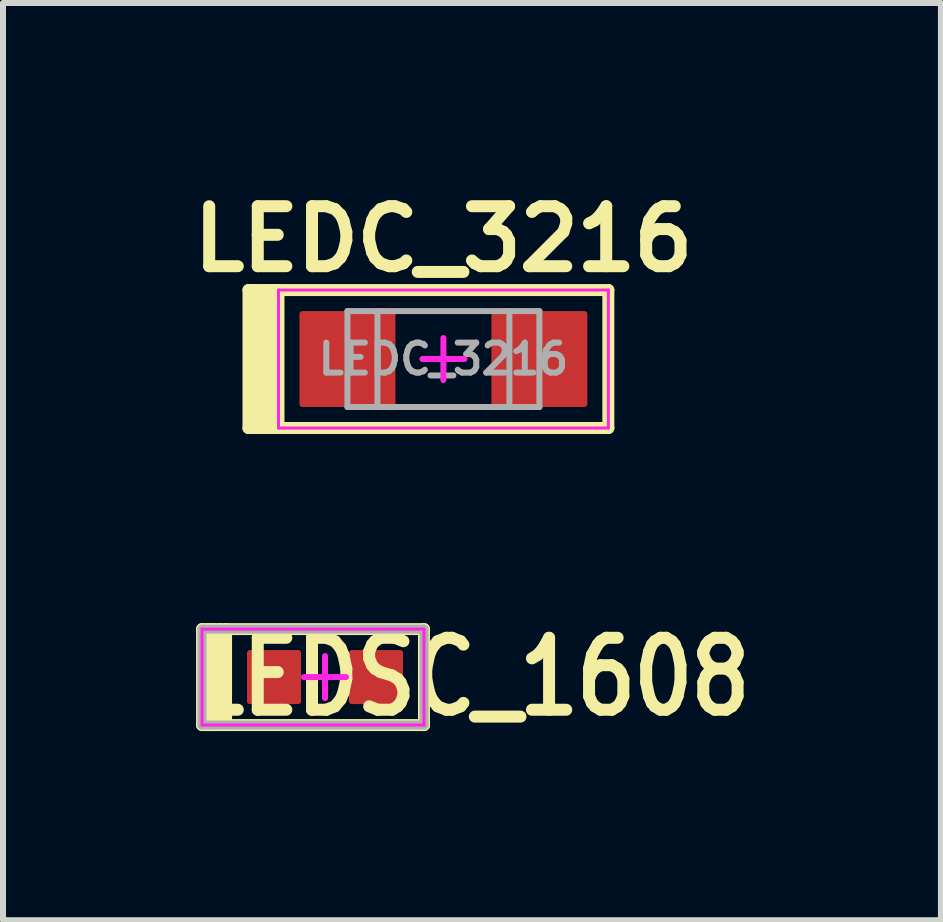
<source format=kicad_pcb>
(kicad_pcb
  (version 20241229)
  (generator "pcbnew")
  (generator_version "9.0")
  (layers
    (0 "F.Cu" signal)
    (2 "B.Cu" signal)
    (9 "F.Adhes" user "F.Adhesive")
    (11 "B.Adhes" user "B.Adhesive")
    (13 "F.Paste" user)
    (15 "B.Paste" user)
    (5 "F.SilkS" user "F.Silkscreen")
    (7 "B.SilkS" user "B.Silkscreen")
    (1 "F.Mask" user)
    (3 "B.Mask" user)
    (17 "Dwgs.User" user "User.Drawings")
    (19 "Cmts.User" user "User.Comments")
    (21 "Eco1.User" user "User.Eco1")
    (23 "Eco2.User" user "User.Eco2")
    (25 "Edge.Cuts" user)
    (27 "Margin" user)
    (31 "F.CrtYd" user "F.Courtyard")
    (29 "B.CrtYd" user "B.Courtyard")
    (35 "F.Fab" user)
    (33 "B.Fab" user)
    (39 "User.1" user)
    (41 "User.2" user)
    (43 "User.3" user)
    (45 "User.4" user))
  (footprint "LEDC_3216"
    (layer "F.Cu")
    (at 4.343 2.936)
    (property "Reference" "LEDC_3216" (at 0 -2 0) (layer "F.SilkS") (effects (font (size 1 1) (thickness 0.2))))
    (attr through_hole)
    (fp_line (start -3.25 -1.15) (end -3.25 1.15) (stroke (width 0.2) (type solid)) (layer "F.SilkS"))
    (fp_line (start -3.25 1.15) (end 2.75 1.15) (stroke (width 0.2) (type solid)) (layer "F.SilkS"))
    (fp_line (start -3.15 -1.15) (end -3.15 1.15) (stroke (width 0.2) (type solid)) (layer "F.SilkS"))
    (fp_line (start -3.05 -1.15) (end -3.05 1.15) (stroke (width 0.2) (type solid)) (layer "F.SilkS"))
    (fp_line (start -2.95 -1.15) (end -2.95 1.15) (stroke (width 0.2) (type solid)) (layer "F.SilkS"))
    (fp_line (start -2.85 -1.15) (end -2.85 1.15) (stroke (width 0.2) (type solid)) (layer "F.SilkS"))
    (fp_line (start -2.75 -1.15) (end -2.75 1.15) (stroke (width 0.2) (type solid)) (layer "F.SilkS"))
    (fp_line (start 2.75 -1.15) (end -3.25 -1.15) (stroke (width 0.2) (type solid)) (layer "F.SilkS"))
    (fp_line (start 2.75 1.15) (end 2.75 -1.15) (stroke (width 0.2) (type solid)) (layer "F.SilkS"))
    (fp_line (start -2.75 -1.15) (end 2.75 -1.15) (stroke (width 0.05) (type solid)) (layer "F.CrtYd"))
    (fp_line (start -2.75 1.15) (end -2.75 -1.15) (stroke (width 0.05) (type solid)) (layer "F.CrtYd"))
    (fp_line (start -0.35 0) (end 0.35 0) (stroke (width 0.1) (type solid)) (layer "F.CrtYd"))
    (fp_line (start 0 -0.35) (end 0 0.35) (stroke (width 0.1) (type solid)) (layer "F.CrtYd"))
    (fp_line (start 2.75 -1.15) (end 2.75 1.15) (stroke (width 0.05) (type solid)) (layer "F.CrtYd"))
    (fp_line (start 2.75 1.15) (end -2.75 1.15) (stroke (width 0.05) (type solid)) (layer "F.CrtYd"))
    (fp_line (start -1.6 -0.8) (end -1.6 0.8) (stroke (width 0.1) (type solid)) (layer "F.Fab"))
    (fp_line (start -1.6 -0.8) (end 1.6 -0.8) (stroke (width 0.1) (type solid)) (layer "F.Fab"))
    (fp_line (start -1.6 0.8) (end 1.6 0.8) (stroke (width 0.1) (type solid)) (layer "F.Fab"))
    (fp_line (start -1.1 -0.8) (end -1.1 0.8) (stroke (width 0.1) (type solid)) (layer "F.Fab"))
    (fp_line (start 1.1 -0.8) (end 1.1 0.8) (stroke (width 0.1) (type solid)) (layer "F.Fab"))
    (fp_line (start 1.6 -0.8) (end 1.6 0.8) (stroke (width 0.1) (type solid)) (layer "F.Fab"))
    (fp_text user "${REFERENCE}" (at 0 0 0) (layer "F.Fab") (effects (font (size 0.5 0.5) (thickness 0.1))))
    (pad "A" smd roundrect (at 1.6 0) (size 1.6 1.6) (layers "F.Cu" "F.Mask" "F.Paste") (roundrect_rratio 0.031))
    (pad "K" smd roundrect (at -1.6 0) (size 1.6 1.6) (layers "F.Cu" "F.Mask" "F.Paste") (roundrect_rratio 0.031)))
  (footprint "LEDSC_1608"
    (layer "F.Cu")
    (at 2.369 8.239)
    (property "Reference" "LEDSC_1608" (at 2.45 0 0) (layer "F.SilkS") (effects (font (size 1.2 1) (thickness 0.2))))
    (attr through_hole)
    (fp_line (start -1.275 -0.4) (end -1.275 0.4) (stroke (width 0.05) (type solid)) (layer "F.Cu"))
    (fp_line (start -1.25 -0.425) (end -0.45 -0.425) (stroke (width 0.05) (type solid)) (layer "F.Cu"))
    (fp_line (start -1.25 -0.4) (end -1.25 0.4) (stroke (width 0.05) (type solid)) (layer "F.Cu"))
    (fp_line (start -1.25 -0.4) (end -0.45 -0.4) (stroke (width 0.05) (type solid)) (layer "F.Cu"))
    (fp_line (start -1.25 0.4) (end -0.45 0.4) (stroke (width 0.05) (type solid)) (layer "F.Cu"))
    (fp_line (start -1.25 0.425) (end -0.45 0.425) (stroke (width 0.05) (type solid)) (layer "F.Cu"))
    (fp_line (start -0.45 -0.4) (end -0.45 0.4) (stroke (width 0.05) (type solid)) (layer "F.Cu"))
    (fp_line (start -0.425 -0.4) (end -0.425 0.4) (stroke (width 0.05) (type solid)) (layer "F.Cu"))
    (fp_line (start 0.425 -0.4) (end 0.425 0.4) (stroke (width 0.05) (type solid)) (layer "F.Cu"))
    (fp_line (start 0.45 -0.425) (end 1.25 -0.425) (stroke (width 0.05) (type solid)) (layer "F.Cu"))
    (fp_line (start 0.45 -0.4) (end 0.45 0.4) (stroke (width 0.05) (type solid)) (layer "F.Cu"))
    (fp_line (start 0.45 -0.4) (end 1.25 -0.4) (stroke (width 0.05) (type solid)) (layer "F.Cu"))
    (fp_line (start 0.45 0.4) (end 1.25 0.4) (stroke (width 0.05) (type solid)) (layer "F.Cu"))
    (fp_line (start 0.45 0.425) (end 1.25 0.425) (stroke (width 0.05) (type solid)) (layer "F.Cu"))
    (fp_line (start 1.25 -0.4) (end 1.25 0.4) (stroke (width 0.05) (type solid)) (layer "F.Cu"))
    (fp_line (start 1.275 -0.4) (end 1.275 0.4) (stroke (width 0.05) (type solid)) (layer "F.Cu"))
    (fp_arc (start -1.275 -0.4) (mid -1.267693 -0.417662) (end -1.250044 -0.425) (stroke (width 0.05) (type solid)) (layer "F.Cu"))
    (fp_arc (start -1.25 0.425) (mid -1.267662 0.417693) (end -1.275 0.400044) (stroke (width 0.05) (type solid)) (layer "F.Cu"))
    (fp_arc (start -0.45 -0.425) (mid -0.432338 -0.417693) (end -0.425 -0.400044) (stroke (width 0.05) (type solid)) (layer "F.Cu"))
    (fp_arc (start -0.425 0.4) (mid -0.432307 0.417662) (end -0.449956 0.425) (stroke (width 0.05) (type solid)) (layer "F.Cu"))
    (fp_arc (start 0.425 -0.4) (mid 0.432307 -0.417662) (end 0.449956 -0.425) (stroke (width 0.05) (type solid)) (layer "F.Cu"))
    (fp_arc (start 0.45 0.425) (mid 0.432338 0.417693) (end 0.425 0.400044) (stroke (width 0.05) (type solid)) (layer "F.Cu"))
    (fp_arc (start 1.25 -0.425) (mid 1.267662 -0.417693) (end 1.275 -0.400044) (stroke (width 0.05) (type solid)) (layer "F.Cu"))
    (fp_arc (start 1.275 0.4) (mid 1.267693 0.417662) (end 1.250044 0.425) (stroke (width 0.05) (type solid)) (layer "F.Cu"))
    (fp_line (start -1.35 -0.4) (end -1.35 0.4) (stroke (width 0.1) (type solid)) (layer "F.Mask"))
    (fp_line (start -1.3 -0.45) (end -0.4 -0.45) (stroke (width 0.1) (type solid)) (layer "F.Mask"))
    (fp_line (start -1.3 0.45) (end -1.3 -0.45) (stroke (width 0.1) (type solid)) (layer "F.Mask"))
    (fp_line (start -1.3 0.45) (end -0.4 0.45) (stroke (width 0.1) (type solid)) (layer "F.Mask"))
    (fp_line (start -0.45 -0.5) (end -1.25 -0.5) (stroke (width 0.1) (type solid)) (layer "F.Mask"))
    (fp_line (start -0.45 0.5) (end -1.25 0.5) (stroke (width 0.1) (type solid)) (layer "F.Mask"))
    (fp_line (start -0.4 0.45) (end -0.4 -0.45) (stroke (width 0.1) (type solid)) (layer "F.Mask"))
    (fp_line (start -0.35 -0.4) (end -0.35 0.4) (stroke (width 0.1) (type solid)) (layer "F.Mask"))
    (fp_line (start 0.35 -0.4) (end 0.35 0.4) (stroke (width 0.1) (type solid)) (layer "F.Mask"))
    (fp_line (start 0.4 -0.45) (end 1.3 -0.45) (stroke (width 0.1) (type solid)) (layer "F.Mask"))
    (fp_line (start 0.4 0.45) (end 0.4 -0.45) (stroke (width 0.1) (type solid)) (layer "F.Mask"))
    (fp_line (start 0.4 0.45) (end 1.3 0.45) (stroke (width 0.1) (type solid)) (layer "F.Mask"))
    (fp_line (start 1.25 -0.5) (end 0.45 -0.5) (stroke (width 0.1) (type solid)) (layer "F.Mask"))
    (fp_line (start 1.25 0.5) (end 0.45 0.5) (stroke (width 0.1) (type solid)) (layer "F.Mask"))
    (fp_line (start 1.3 0.45) (end 1.3 -0.45) (stroke (width 0.1) (type solid)) (layer "F.Mask"))
    (fp_line (start 1.35 -0.4) (end 1.35 0.4) (stroke (width 0.1) (type solid)) (layer "F.Mask"))
    (fp_arc (start -1.349825 -0.4) (mid -1.320598 -0.470649) (end -1.25 -0.5) (stroke (width 0.1) (type solid)) (layer "F.Mask"))
    (fp_arc (start -1.25 0.5) (mid -1.320649 0.470773) (end -1.35 0.400175) (stroke (width 0.1) (type solid)) (layer "F.Mask"))
    (fp_arc (start -0.45 -0.499825) (mid -0.379351 -0.470598) (end -0.35 -0.4) (stroke (width 0.1) (type solid)) (layer "F.Mask"))
    (fp_arc (start -0.35 0.4) (mid -0.379227 0.470649) (end -0.449825 0.5) (stroke (width 0.1) (type solid)) (layer "F.Mask"))
    (fp_arc (start 0.350175 -0.4) (mid 0.379402 -0.470649) (end 0.45 -0.5) (stroke (width 0.1) (type solid)) (layer "F.Mask"))
    (fp_arc (start 0.45 0.5) (mid 0.379351 0.470773) (end 0.35 0.400175) (stroke (width 0.1) (type solid)) (layer "F.Mask"))
    (fp_arc (start 1.25 -0.499825) (mid 1.320649 -0.470598) (end 1.35 -0.4) (stroke (width 0.1) (type solid)) (layer "F.Mask"))
    (fp_arc (start 1.35 0.4) (mid 1.320773 0.470649) (end 1.250175 0.5) (stroke (width 0.1) (type solid)) (layer "F.Mask"))
    (fp_line (start -2.05 -0.8) (end 1.65 -0.8) (stroke (width 0.2) (type solid)) (layer "F.SilkS"))
    (fp_line (start -2.05 0.8) (end -2.05 -0.8) (stroke (width 0.2) (type solid)) (layer "F.SilkS"))
    (fp_line (start -2.05 0.8) (end 1.65 0.8) (stroke (width 0.2) (type solid)) (layer "F.SilkS"))
    (fp_line (start -1.95 0.8) (end -1.95 -0.8) (stroke (width 0.2) (type solid)) (layer "F.SilkS"))
    (fp_line (start -1.85 0.8) (end -1.85 -0.8) (stroke (width 0.2) (type solid)) (layer "F.SilkS"))
    (fp_line (start -1.75 0.8) (end -1.75 -0.8) (stroke (width 0.2) (type solid)) (layer "F.SilkS"))
    (fp_line (start -1.65 0.8) (end -1.65 -0.8) (stroke (width 0.2) (type solid)) (layer "F.SilkS"))
    (fp_line (start 1.65 -0.8) (end 1.65 0.8) (stroke (width 0.2) (type solid)) (layer "F.SilkS"))
    (fp_line (start -1.25 -0.4) (end -0.45 -0.4) (stroke (width 0.05) (type solid)) (layer "F.Paste"))
    (fp_line (start -1.25 0.4) (end -1.25 -0.4) (stroke (width 0.05) (type solid)) (layer "F.Paste"))
    (fp_line (start -0.45 -0.4) (end -0.45 0.4) (stroke (width 0.05) (type solid)) (layer "F.Paste"))
    (fp_line (start -0.45 0.4) (end -1.25 0.4) (stroke (width 0.05) (type solid)) (layer "F.Paste"))
    (fp_line (start 0.45 -0.4) (end 1.25 -0.4) (stroke (width 0.05) (type solid)) (layer "F.Paste"))
    (fp_line (start 0.45 0.4) (end 0.45 -0.4) (stroke (width 0.05) (type solid)) (layer "F.Paste"))
    (fp_line (start 1.25 -0.4) (end 1.25 0.4) (stroke (width 0.05) (type solid)) (layer "F.Paste"))
    (fp_line (start 1.25 0.4) (end 0.45 0.4) (stroke (width 0.05) (type solid)) (layer "F.Paste"))
    (fp_line (start -2.05 -0.8) (end 1.65 -0.8) (stroke (width 0.05) (type solid)) (layer "F.CrtYd"))
    (fp_line (start -2.05 0.8) (end -2.05 -0.8) (stroke (width 0.05) (type solid)) (layer "F.CrtYd"))
    (fp_line (start -0.35 0) (end 0.35 0) (stroke (width 0.1) (type solid)) (layer "F.CrtYd"))
    (fp_line (start 0 -0.35) (end 0 0.35) (stroke (width 0.1) (type solid)) (layer "F.CrtYd"))
    (fp_line (start 1.65 -0.8) (end 1.65 0.8) (stroke (width 0.05) (type solid)) (layer "F.CrtYd"))
    (fp_line (start 1.65 0.8) (end -2.05 0.8) (stroke (width 0.05) (type solid)) (layer "F.CrtYd"))
    (fp_line (start -2.05 -0.8) (end -2.05 0.8) (stroke (width 0.15) (type solid)) (layer "F.Fab"))
    (fp_line (start -2.05 0.8) (end 1.65 0.8) (stroke (width 0.15) (type solid)) (layer "F.Fab"))
    (fp_line (start 1.65 -0.8) (end -2.05 -0.8) (stroke (width 0.15) (type solid)) (layer "F.Fab"))
    (fp_line (start 1.65 0.8) (end 1.65 -0.8) (stroke (width 0.15) (type solid)) (layer "F.Fab"))
    (pad "A" smd rect (at 0.85 0) (size 0.8 0.8) (layers "F.Cu" "F.Mask" "F.Paste"))
    (pad "K" smd rect (at -0.85 0) (size 0.8 0.8) (layers "F.Cu" "F.Mask" "F.Paste")))
  (gr_rect
    (start -3 -3)
    (end 12.638 12.292)
    (stroke (width 0.1) (type default))
    (fill no)
    (layer "Edge.Cuts")))
</source>
